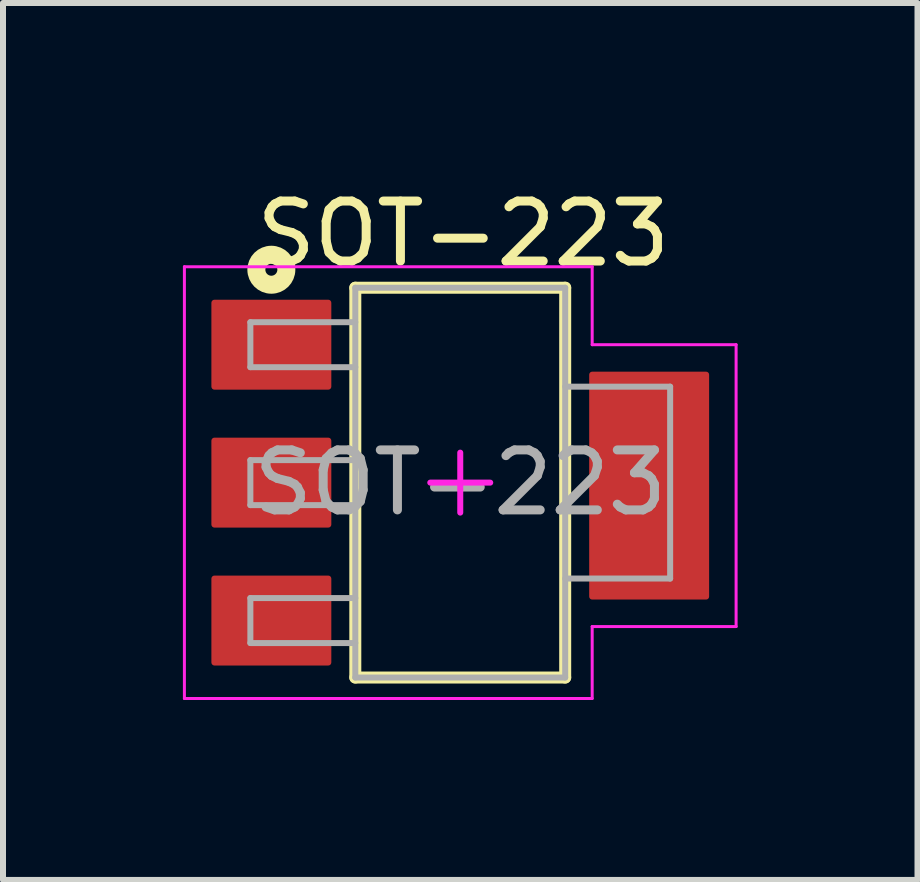
<source format=kicad_pcb>
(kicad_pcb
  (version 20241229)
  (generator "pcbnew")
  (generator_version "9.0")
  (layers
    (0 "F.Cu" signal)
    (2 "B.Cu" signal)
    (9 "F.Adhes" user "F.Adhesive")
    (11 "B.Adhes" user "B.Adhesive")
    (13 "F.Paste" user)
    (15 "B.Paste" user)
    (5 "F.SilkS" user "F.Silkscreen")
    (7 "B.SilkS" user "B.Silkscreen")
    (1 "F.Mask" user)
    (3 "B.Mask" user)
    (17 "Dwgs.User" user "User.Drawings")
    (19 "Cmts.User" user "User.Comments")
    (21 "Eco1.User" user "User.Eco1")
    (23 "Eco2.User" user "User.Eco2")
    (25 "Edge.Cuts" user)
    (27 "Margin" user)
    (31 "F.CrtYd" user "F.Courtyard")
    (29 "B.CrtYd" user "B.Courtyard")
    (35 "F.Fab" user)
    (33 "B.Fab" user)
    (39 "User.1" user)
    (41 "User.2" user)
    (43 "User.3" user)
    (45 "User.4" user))
  (footprint "SOT-223"
    (layer "F.Cu")
    (at 4.625 4.998)
    (property "Reference" "SOT-223" (at 0.05 -4.15 0) (layer "F.SilkS") (effects (font (size 1 1) (thickness 0.15))))
    (attr through_hole)
    (fp_line (start -1.75 -3.25) (end 1.75 -3.25) (stroke (width 0.2) (type solid)) (layer "F.SilkS"))
    (fp_line (start -1.75 3.25) (end -1.75 -3.25) (stroke (width 0.2) (type solid)) (layer "F.SilkS"))
    (fp_line (start 1.75 -3.25) (end 1.75 3.25) (stroke (width 0.2) (type solid)) (layer "F.SilkS"))
    (fp_line (start 1.75 3.25) (end -1.75 3.25) (stroke (width 0.2) (type solid)) (layer "F.SilkS"))
    (fp_circle (center -3.15 -3.55) (end -3.05 -3.55) (stroke (width 0.3) (type solid)) (fill no) (layer "F.SilkS"))
    (fp_line (start -4.6 -3.6) (end 2.2 -3.6) (stroke (width 0.05) (type solid)) (layer "F.CrtYd"))
    (fp_line (start -4.6 3.6) (end -4.6 -3.6) (stroke (width 0.05) (type solid)) (layer "F.CrtYd"))
    (fp_line (start -0.5 0) (end 0.5 0) (stroke (width 0.1) (type solid)) (layer "F.CrtYd"))
    (fp_line (start 0 -0.5) (end 0 0.5) (stroke (width 0.1) (type solid)) (layer "F.CrtYd"))
    (fp_line (start 2.2 -3.6) (end 2.2 -2.3) (stroke (width 0.05) (type solid)) (layer "F.CrtYd"))
    (fp_line (start 2.2 -2.3) (end 4.6 -2.3) (stroke (width 0.05) (type solid)) (layer "F.CrtYd"))
    (fp_line (start 2.2 2.4) (end 2.2 3.6) (stroke (width 0.05) (type solid)) (layer "F.CrtYd"))
    (fp_line (start 2.2 3.6) (end -4.6 3.6) (stroke (width 0.05) (type solid)) (layer "F.CrtYd"))
    (fp_line (start 4.6 -2.3) (end 4.6 2.4) (stroke (width 0.05) (type solid)) (layer "F.CrtYd"))
    (fp_line (start 4.6 2.4) (end 2.2 2.4) (stroke (width 0.05) (type solid)) (layer "F.CrtYd"))
    (fp_line (start -3.5 -2.675) (end -1.75 -2.675) (stroke (width 0.1) (type solid)) (layer "F.Fab"))
    (fp_line (start -3.5 -1.925) (end -3.5 -2.675) (stroke (width 0.1) (type solid)) (layer "F.Fab"))
    (fp_line (start -3.5 -0.375) (end -1.75 -0.375) (stroke (width 0.1) (type solid)) (layer "F.Fab"))
    (fp_line (start -3.5 0.375) (end -3.5 -0.375) (stroke (width 0.1) (type solid)) (layer "F.Fab"))
    (fp_line (start -3.5 1.925) (end -1.75 1.925) (stroke (width 0.1) (type solid)) (layer "F.Fab"))
    (fp_line (start -3.5 2.675) (end -3.5 1.925) (stroke (width 0.1) (type solid)) (layer "F.Fab"))
    (fp_line (start -1.75 -3.25) (end -1.75 3.25) (stroke (width 0.1) (type solid)) (layer "F.Fab"))
    (fp_line (start -1.75 -3.25) (end 1.75 -3.25) (stroke (width 0.1) (type solid)) (layer "F.Fab"))
    (fp_line (start -1.75 -1.925) (end -3.5 -1.925) (stroke (width 0.1) (type solid)) (layer "F.Fab"))
    (fp_line (start -1.75 0.375) (end -3.5 0.375) (stroke (width 0.1) (type solid)) (layer "F.Fab"))
    (fp_line (start -1.75 2.675) (end -3.5 2.675) (stroke (width 0.1) (type solid)) (layer "F.Fab"))
    (fp_line (start -1.75 3.25) (end 1.75 3.25) (stroke (width 0.1) (type solid)) (layer "F.Fab"))
    (fp_line (start 1.75 -3.25) (end 1.75 3.25) (stroke (width 0.1) (type solid)) (layer "F.Fab"))
    (fp_line (start 3.5 -1.6) (end 1.75 -1.6) (stroke (width 0.1) (type solid)) (layer "F.Fab"))
    (fp_line (start 3.5 1.6) (end 1.75 1.6) (stroke (width 0.1) (type solid)) (layer "F.Fab"))
    (fp_line (start 3.5 1.6) (end 3.5 -1.6) (stroke (width 0.1) (type solid)) (layer "F.Fab"))
    (fp_text user "${REFERENCE}" (at 0 0 0) (layer "F.Fab") (effects (font (size 1 1) (thickness 0.15))))
    (pad "B" smd roundrect (at -3.15 -2.3) (size 2 1.5) (layers "F.Cu" "F.Mask" "F.Paste") (roundrect_rratio 0.034))
    (pad "C" smd roundrect (at -3.15 0) (size 2 1.5) (layers "F.Cu" "F.Mask" "F.Paste") (roundrect_rratio 0.034))
    (pad "C" smd roundrect (at 3.15 0.05) (size 2 3.8) (layers "F.Cu" "F.Mask" "F.Paste") (roundrect_rratio 0.025))
    (pad "E" smd roundrect (at -3.15 2.3) (size 2 1.5) (layers "F.Cu" "F.Mask" "F.Paste") (roundrect_rratio 0.034)))
  (gr_rect
    (start -3 -3)
    (end 12.25 11.623)
    (stroke (width 0.1) (type default))
    (fill no)
    (layer "Edge.Cuts")))
</source>
